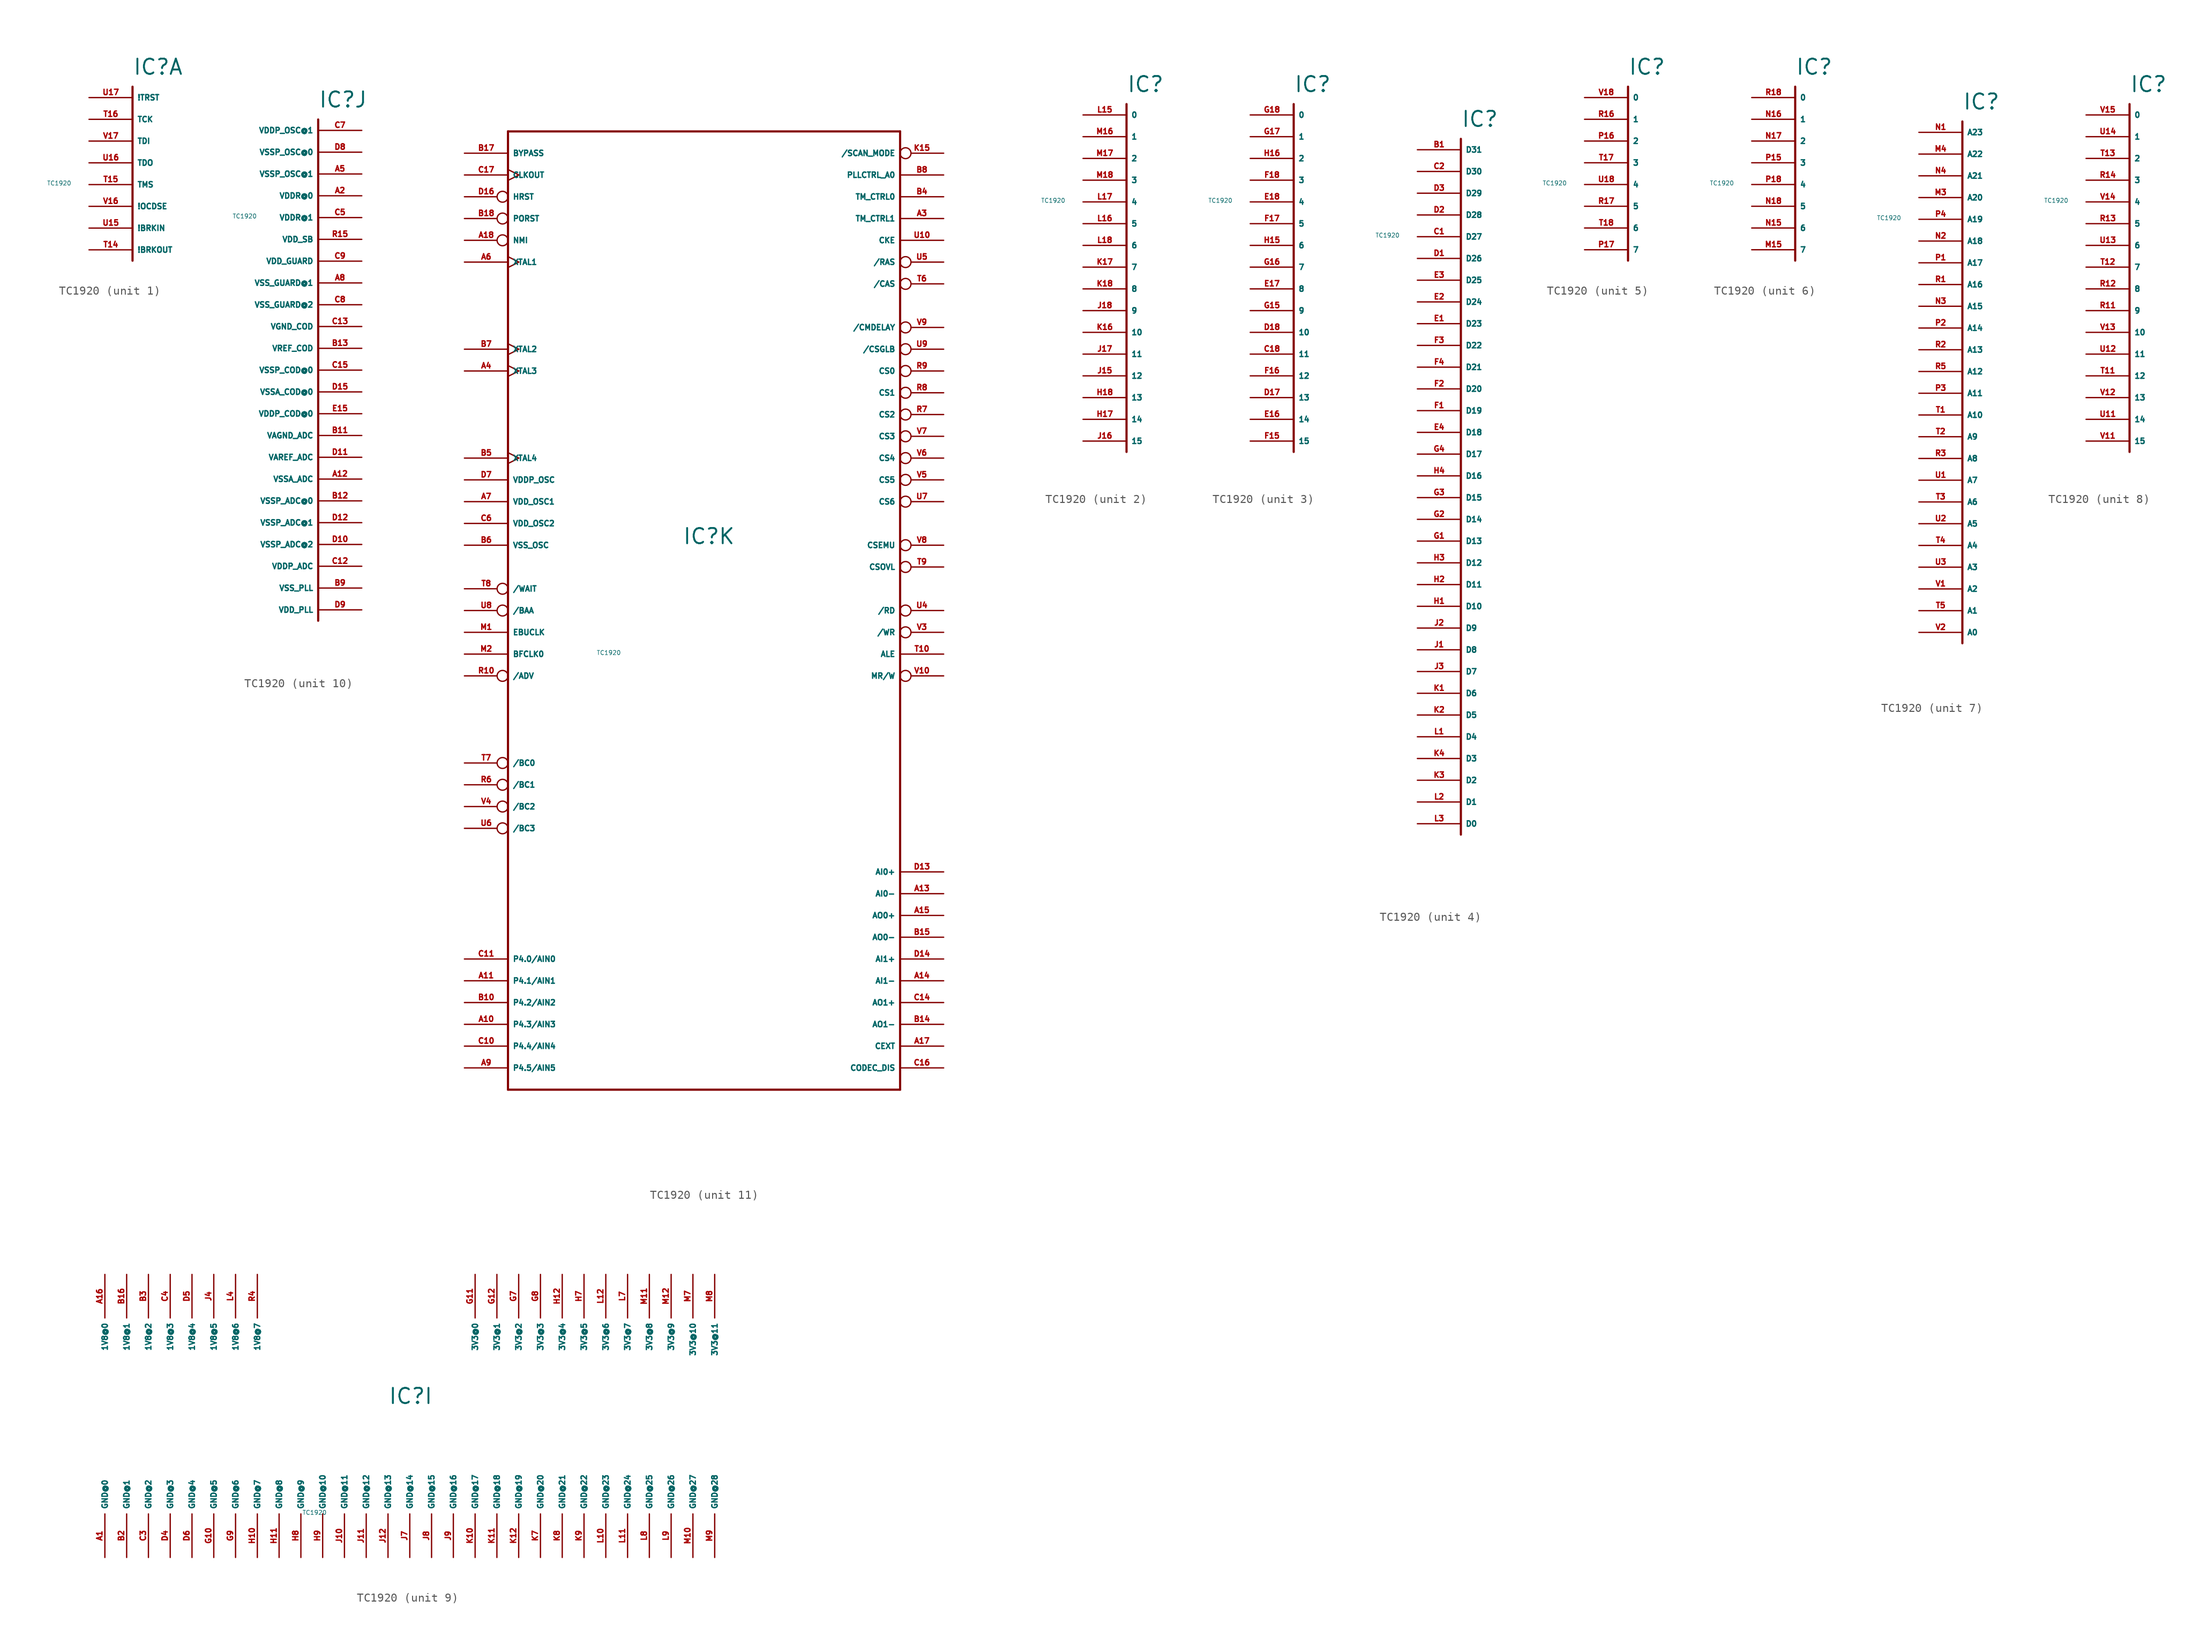
<source format=kicad_sym>
(kicad_symbol_lib
  (version 20220914)
  (generator Eagle2Kicad)
  (symbol "TC1920"
    (property "Reference" "IC"
      (at 0 2.54 0)
      (effects (font (size 1.778 1.778) (thickness 0.22)) (justify left bottom)))
    (property "Value" "TC1920"
      (at -10 -10 0)
      (effects (font (size 0.5 0.5) (thickness 0.06)) (justify left)))
    (symbol "TC1920_1_0"
      (polyline (pts (xy 0 1.27) (xy 0 -19.05)) (stroke (width 0.254) (type default)) (fill (type none)))
      (pin input line (at -5.08 0 0) (length 5.08) (name "!TRST" (effects (font (size 0.635 0.635) (thickness 0.08)) (justify left bottom))) (number "U17" (effects (font (size 0.635 0.635) (thickness 0.08)) (justify left bottom))))
      (pin input line (at -5.08 -2.54 0) (length 5.08) (name "TCK" (effects (font (size 0.635 0.635) (thickness 0.08)) (justify left bottom))) (number "T16" (effects (font (size 0.635 0.635) (thickness 0.08)) (justify left bottom))))
      (pin input line (at -5.08 -5.08 0) (length 5.08) (name "TDI" (effects (font (size 0.635 0.635) (thickness 0.08)) (justify left bottom))) (number "V17" (effects (font (size 0.635 0.635) (thickness 0.08)) (justify left bottom))))
      (pin output line (at -5.08 -7.62 0) (length 5.08) (name "TDO" (effects (font (size 0.635 0.635) (thickness 0.08)) (justify left bottom))) (number "U16" (effects (font (size 0.635 0.635) (thickness 0.08)) (justify left bottom))))
      (pin input line (at -5.08 -10.16 0) (length 5.08) (name "TMS" (effects (font (size 0.635 0.635) (thickness 0.08)) (justify left bottom))) (number "T15" (effects (font (size 0.635 0.635) (thickness 0.08)) (justify left bottom))))
      (pin input line (at -5.08 -12.7 0) (length 5.08) (name "!OCDSE" (effects (font (size 0.635 0.635) (thickness 0.08)) (justify left bottom))) (number "V16" (effects (font (size 0.635 0.635) (thickness 0.08)) (justify left bottom))))
      (pin input line (at -5.08 -15.24 0) (length 5.08) (name "!BRKIN" (effects (font (size 0.635 0.635) (thickness 0.08)) (justify left bottom))) (number "U15" (effects (font (size 0.635 0.635) (thickness 0.08)) (justify left bottom))))
      (pin output line (at -5.08 -17.78 0) (length 5.08) (name "!BRKOUT" (effects (font (size 0.635 0.635) (thickness 0.08)) (justify left bottom))) (number "T14" (effects (font (size 0.635 0.635) (thickness 0.08)) (justify left bottom)))))
    (symbol "TC1920_2_0"
      (polyline (pts (xy 0 1.27) (xy 0 -39.37)) (stroke (width 0.254) (type default)) (fill (type none)))
      (pin input line (at -5.08 0 0) (length 5.08) (name "0" (effects (font (size 0.635 0.635) (thickness 0.08)) (justify left bottom))) (number "L15" (effects (font (size 0.635 0.635) (thickness 0.08)) (justify left bottom))))
      (pin input line (at -5.08 -2.54 0) (length 5.08) (name "1" (effects (font (size 0.635 0.635) (thickness 0.08)) (justify left bottom))) (number "M16" (effects (font (size 0.635 0.635) (thickness 0.08)) (justify left bottom))))
      (pin input line (at -5.08 -5.08 0) (length 5.08) (name "2" (effects (font (size 0.635 0.635) (thickness 0.08)) (justify left bottom))) (number "M17" (effects (font (size 0.635 0.635) (thickness 0.08)) (justify left bottom))))
      (pin input line (at -5.08 -7.62 0) (length 5.08) (name "3" (effects (font (size 0.635 0.635) (thickness 0.08)) (justify left bottom))) (number "M18" (effects (font (size 0.635 0.635) (thickness 0.08)) (justify left bottom))))
      (pin input line (at -5.08 -10.16 0) (length 5.08) (name "4" (effects (font (size 0.635 0.635) (thickness 0.08)) (justify left bottom))) (number "L17" (effects (font (size 0.635 0.635) (thickness 0.08)) (justify left bottom))))
      (pin input line (at -5.08 -12.7 0) (length 5.08) (name "5" (effects (font (size 0.635 0.635) (thickness 0.08)) (justify left bottom))) (number "L16" (effects (font (size 0.635 0.635) (thickness 0.08)) (justify left bottom))))
      (pin input line (at -5.08 -15.24 0) (length 5.08) (name "6" (effects (font (size 0.635 0.635) (thickness 0.08)) (justify left bottom))) (number "L18" (effects (font (size 0.635 0.635) (thickness 0.08)) (justify left bottom))))
      (pin input line (at -5.08 -17.78 0) (length 5.08) (name "7" (effects (font (size 0.635 0.635) (thickness 0.08)) (justify left bottom))) (number "K17" (effects (font (size 0.635 0.635) (thickness 0.08)) (justify left bottom))))
      (pin input line (at -5.08 -20.32 0) (length 5.08) (name "8" (effects (font (size 0.635 0.635) (thickness 0.08)) (justify left bottom))) (number "K18" (effects (font (size 0.635 0.635) (thickness 0.08)) (justify left bottom))))
      (pin input line (at -5.08 -22.86 0) (length 5.08) (name "9" (effects (font (size 0.635 0.635) (thickness 0.08)) (justify left bottom))) (number "J18" (effects (font (size 0.635 0.635) (thickness 0.08)) (justify left bottom))))
      (pin input line (at -5.08 -25.4 0) (length 5.08) (name "10" (effects (font (size 0.635 0.635) (thickness 0.08)) (justify left bottom))) (number "K16" (effects (font (size 0.635 0.635) (thickness 0.08)) (justify left bottom))))
      (pin input line (at -5.08 -27.94 0) (length 5.08) (name "11" (effects (font (size 0.635 0.635) (thickness 0.08)) (justify left bottom))) (number "J17" (effects (font (size 0.635 0.635) (thickness 0.08)) (justify left bottom))))
      (pin input line (at -5.08 -30.48 0) (length 5.08) (name "12" (effects (font (size 0.635 0.635) (thickness 0.08)) (justify left bottom))) (number "J15" (effects (font (size 0.635 0.635) (thickness 0.08)) (justify left bottom))))
      (pin input line (at -5.08 -33.02 0) (length 5.08) (name "13" (effects (font (size 0.635 0.635) (thickness 0.08)) (justify left bottom))) (number "H18" (effects (font (size 0.635 0.635) (thickness 0.08)) (justify left bottom))))
      (pin input line (at -5.08 -35.56 0) (length 5.08) (name "14" (effects (font (size 0.635 0.635) (thickness 0.08)) (justify left bottom))) (number "H17" (effects (font (size 0.635 0.635) (thickness 0.08)) (justify left bottom))))
      (pin input line (at -5.08 -38.1 0) (length 5.08) (name "15" (effects (font (size 0.635 0.635) (thickness 0.08)) (justify left bottom))) (number "J16" (effects (font (size 0.635 0.635) (thickness 0.08)) (justify left bottom)))))
    (symbol "TC1920_3_0"
      (polyline (pts (xy 0 1.27) (xy 0 -39.37)) (stroke (width 0.254) (type default)) (fill (type none)))
      (pin input line (at -5.08 0 0) (length 5.08) (name "0" (effects (font (size 0.635 0.635) (thickness 0.08)) (justify left bottom))) (number "G18" (effects (font (size 0.635 0.635) (thickness 0.08)) (justify left bottom))))
      (pin input line (at -5.08 -2.54 0) (length 5.08) (name "1" (effects (font (size 0.635 0.635) (thickness 0.08)) (justify left bottom))) (number "G17" (effects (font (size 0.635 0.635) (thickness 0.08)) (justify left bottom))))
      (pin input line (at -5.08 -5.08 0) (length 5.08) (name "2" (effects (font (size 0.635 0.635) (thickness 0.08)) (justify left bottom))) (number "H16" (effects (font (size 0.635 0.635) (thickness 0.08)) (justify left bottom))))
      (pin input line (at -5.08 -7.62 0) (length 5.08) (name "3" (effects (font (size 0.635 0.635) (thickness 0.08)) (justify left bottom))) (number "F18" (effects (font (size 0.635 0.635) (thickness 0.08)) (justify left bottom))))
      (pin input line (at -5.08 -10.16 0) (length 5.08) (name "4" (effects (font (size 0.635 0.635) (thickness 0.08)) (justify left bottom))) (number "E18" (effects (font (size 0.635 0.635) (thickness 0.08)) (justify left bottom))))
      (pin input line (at -5.08 -12.7 0) (length 5.08) (name "5" (effects (font (size 0.635 0.635) (thickness 0.08)) (justify left bottom))) (number "F17" (effects (font (size 0.635 0.635) (thickness 0.08)) (justify left bottom))))
      (pin input line (at -5.08 -15.24 0) (length 5.08) (name "6" (effects (font (size 0.635 0.635) (thickness 0.08)) (justify left bottom))) (number "H15" (effects (font (size 0.635 0.635) (thickness 0.08)) (justify left bottom))))
      (pin input line (at -5.08 -17.78 0) (length 5.08) (name "7" (effects (font (size 0.635 0.635) (thickness 0.08)) (justify left bottom))) (number "G16" (effects (font (size 0.635 0.635) (thickness 0.08)) (justify left bottom))))
      (pin input line (at -5.08 -20.32 0) (length 5.08) (name "8" (effects (font (size 0.635 0.635) (thickness 0.08)) (justify left bottom))) (number "E17" (effects (font (size 0.635 0.635) (thickness 0.08)) (justify left bottom))))
      (pin input line (at -5.08 -22.86 0) (length 5.08) (name "9" (effects (font (size 0.635 0.635) (thickness 0.08)) (justify left bottom))) (number "G15" (effects (font (size 0.635 0.635) (thickness 0.08)) (justify left bottom))))
      (pin input line (at -5.08 -25.4 0) (length 5.08) (name "10" (effects (font (size 0.635 0.635) (thickness 0.08)) (justify left bottom))) (number "D18" (effects (font (size 0.635 0.635) (thickness 0.08)) (justify left bottom))))
      (pin input line (at -5.08 -27.94 0) (length 5.08) (name "11" (effects (font (size 0.635 0.635) (thickness 0.08)) (justify left bottom))) (number "C18" (effects (font (size 0.635 0.635) (thickness 0.08)) (justify left bottom))))
      (pin input line (at -5.08 -30.48 0) (length 5.08) (name "12" (effects (font (size 0.635 0.635) (thickness 0.08)) (justify left bottom))) (number "F16" (effects (font (size 0.635 0.635) (thickness 0.08)) (justify left bottom))))
      (pin input line (at -5.08 -33.02 0) (length 5.08) (name "13" (effects (font (size 0.635 0.635) (thickness 0.08)) (justify left bottom))) (number "D17" (effects (font (size 0.635 0.635) (thickness 0.08)) (justify left bottom))))
      (pin input line (at -5.08 -35.56 0) (length 5.08) (name "14" (effects (font (size 0.635 0.635) (thickness 0.08)) (justify left bottom))) (number "E16" (effects (font (size 0.635 0.635) (thickness 0.08)) (justify left bottom))))
      (pin input line (at -5.08 -38.1 0) (length 5.08) (name "15" (effects (font (size 0.635 0.635) (thickness 0.08)) (justify left bottom))) (number "F15" (effects (font (size 0.635 0.635) (thickness 0.08)) (justify left bottom)))))
    (symbol "TC1920_4_0"
      (polyline (pts (xy 0 1.27) (xy 0 -80.01)) (stroke (width 0.254) (type default)) (fill (type none)))
      (pin bidirectional line (at -5.08 -78.74 0) (length 5.08) (name "D0" (effects (font (size 0.635 0.635) (thickness 0.08)) (justify left bottom))) (number "L3" (effects (font (size 0.635 0.635) (thickness 0.08)) (justify left bottom))))
      (pin bidirectional line (at -5.08 -76.2 0) (length 5.08) (name "D1" (effects (font (size 0.635 0.635) (thickness 0.08)) (justify left bottom))) (number "L2" (effects (font (size 0.635 0.635) (thickness 0.08)) (justify left bottom))))
      (pin bidirectional line (at -5.08 -73.66 0) (length 5.08) (name "D2" (effects (font (size 0.635 0.635) (thickness 0.08)) (justify left bottom))) (number "K3" (effects (font (size 0.635 0.635) (thickness 0.08)) (justify left bottom))))
      (pin bidirectional line (at -5.08 -71.12 0) (length 5.08) (name "D3" (effects (font (size 0.635 0.635) (thickness 0.08)) (justify left bottom))) (number "K4" (effects (font (size 0.635 0.635) (thickness 0.08)) (justify left bottom))))
      (pin bidirectional line (at -5.08 -68.58 0) (length 5.08) (name "D4" (effects (font (size 0.635 0.635) (thickness 0.08)) (justify left bottom))) (number "L1" (effects (font (size 0.635 0.635) (thickness 0.08)) (justify left bottom))))
      (pin bidirectional line (at -5.08 -66.04 0) (length 5.08) (name "D5" (effects (font (size 0.635 0.635) (thickness 0.08)) (justify left bottom))) (number "K2" (effects (font (size 0.635 0.635) (thickness 0.08)) (justify left bottom))))
      (pin bidirectional line (at -5.08 -63.5 0) (length 5.08) (name "D6" (effects (font (size 0.635 0.635) (thickness 0.08)) (justify left bottom))) (number "K1" (effects (font (size 0.635 0.635) (thickness 0.08)) (justify left bottom))))
      (pin bidirectional line (at -5.08 -60.96 0) (length 5.08) (name "D7" (effects (font (size 0.635 0.635) (thickness 0.08)) (justify left bottom))) (number "J3" (effects (font (size 0.635 0.635) (thickness 0.08)) (justify left bottom))))
      (pin bidirectional line (at -5.08 -58.42 0) (length 5.08) (name "D8" (effects (font (size 0.635 0.635) (thickness 0.08)) (justify left bottom))) (number "J1" (effects (font (size 0.635 0.635) (thickness 0.08)) (justify left bottom))))
      (pin bidirectional line (at -5.08 -55.88 0) (length 5.08) (name "D9" (effects (font (size 0.635 0.635) (thickness 0.08)) (justify left bottom))) (number "J2" (effects (font (size 0.635 0.635) (thickness 0.08)) (justify left bottom))))
      (pin bidirectional line (at -5.08 -53.34 0) (length 5.08) (name "D10" (effects (font (size 0.635 0.635) (thickness 0.08)) (justify left bottom))) (number "H1" (effects (font (size 0.635 0.635) (thickness 0.08)) (justify left bottom))))
      (pin bidirectional line (at -5.08 -50.8 0) (length 5.08) (name "D11" (effects (font (size 0.635 0.635) (thickness 0.08)) (justify left bottom))) (number "H2" (effects (font (size 0.635 0.635) (thickness 0.08)) (justify left bottom))))
      (pin bidirectional line (at -5.08 -48.26 0) (length 5.08) (name "D12" (effects (font (size 0.635 0.635) (thickness 0.08)) (justify left bottom))) (number "H3" (effects (font (size 0.635 0.635) (thickness 0.08)) (justify left bottom))))
      (pin bidirectional line (at -5.08 -45.72 0) (length 5.08) (name "D13" (effects (font (size 0.635 0.635) (thickness 0.08)) (justify left bottom))) (number "G1" (effects (font (size 0.635 0.635) (thickness 0.08)) (justify left bottom))))
      (pin bidirectional line (at -5.08 -43.18 0) (length 5.08) (name "D14" (effects (font (size 0.635 0.635) (thickness 0.08)) (justify left bottom))) (number "G2" (effects (font (size 0.635 0.635) (thickness 0.08)) (justify left bottom))))
      (pin bidirectional line (at -5.08 -40.64 0) (length 5.08) (name "D15" (effects (font (size 0.635 0.635) (thickness 0.08)) (justify left bottom))) (number "G3" (effects (font (size 0.635 0.635) (thickness 0.08)) (justify left bottom))))
      (pin bidirectional line (at -5.08 -38.1 0) (length 5.08) (name "D16" (effects (font (size 0.635 0.635) (thickness 0.08)) (justify left bottom))) (number "H4" (effects (font (size 0.635 0.635) (thickness 0.08)) (justify left bottom))))
      (pin bidirectional line (at -5.08 -35.56 0) (length 5.08) (name "D17" (effects (font (size 0.635 0.635) (thickness 0.08)) (justify left bottom))) (number "G4" (effects (font (size 0.635 0.635) (thickness 0.08)) (justify left bottom))))
      (pin bidirectional line (at -5.08 -33.02 0) (length 5.08) (name "D18" (effects (font (size 0.635 0.635) (thickness 0.08)) (justify left bottom))) (number "E4" (effects (font (size 0.635 0.635) (thickness 0.08)) (justify left bottom))))
      (pin bidirectional line (at -5.08 -30.48 0) (length 5.08) (name "D19" (effects (font (size 0.635 0.635) (thickness 0.08)) (justify left bottom))) (number "F1" (effects (font (size 0.635 0.635) (thickness 0.08)) (justify left bottom))))
      (pin bidirectional line (at -5.08 -27.94 0) (length 5.08) (name "D20" (effects (font (size 0.635 0.635) (thickness 0.08)) (justify left bottom))) (number "F2" (effects (font (size 0.635 0.635) (thickness 0.08)) (justify left bottom))))
      (pin bidirectional line (at -5.08 -25.4 0) (length 5.08) (name "D21" (effects (font (size 0.635 0.635) (thickness 0.08)) (justify left bottom))) (number "F4" (effects (font (size 0.635 0.635) (thickness 0.08)) (justify left bottom))))
      (pin bidirectional line (at -5.08 -22.86 0) (length 5.08) (name "D22" (effects (font (size 0.635 0.635) (thickness 0.08)) (justify left bottom))) (number "F3" (effects (font (size 0.635 0.635) (thickness 0.08)) (justify left bottom))))
      (pin bidirectional line (at -5.08 -20.32 0) (length 5.08) (name "D23" (effects (font (size 0.635 0.635) (thickness 0.08)) (justify left bottom))) (number "E1" (effects (font (size 0.635 0.635) (thickness 0.08)) (justify left bottom))))
      (pin bidirectional line (at -5.08 -17.78 0) (length 5.08) (name "D24" (effects (font (size 0.635 0.635) (thickness 0.08)) (justify left bottom))) (number "E2" (effects (font (size 0.635 0.635) (thickness 0.08)) (justify left bottom))))
      (pin bidirectional line (at -5.08 -15.24 0) (length 5.08) (name "D25" (effects (font (size 0.635 0.635) (thickness 0.08)) (justify left bottom))) (number "E3" (effects (font (size 0.635 0.635) (thickness 0.08)) (justify left bottom))))
      (pin bidirectional line (at -5.08 -12.7 0) (length 5.08) (name "D26" (effects (font (size 0.635 0.635) (thickness 0.08)) (justify left bottom))) (number "D1" (effects (font (size 0.635 0.635) (thickness 0.08)) (justify left bottom))))
      (pin bidirectional line (at -5.08 -10.16 0) (length 5.08) (name "D27" (effects (font (size 0.635 0.635) (thickness 0.08)) (justify left bottom))) (number "C1" (effects (font (size 0.635 0.635) (thickness 0.08)) (justify left bottom))))
      (pin bidirectional line (at -5.08 -7.62 0) (length 5.08) (name "D28" (effects (font (size 0.635 0.635) (thickness 0.08)) (justify left bottom))) (number "D2" (effects (font (size 0.635 0.635) (thickness 0.08)) (justify left bottom))))
      (pin bidirectional line (at -5.08 -5.08 0) (length 5.08) (name "D29" (effects (font (size 0.635 0.635) (thickness 0.08)) (justify left bottom))) (number "D3" (effects (font (size 0.635 0.635) (thickness 0.08)) (justify left bottom))))
      (pin bidirectional line (at -5.08 -2.54 0) (length 5.08) (name "D30" (effects (font (size 0.635 0.635) (thickness 0.08)) (justify left bottom))) (number "C2" (effects (font (size 0.635 0.635) (thickness 0.08)) (justify left bottom))))
      (pin bidirectional line (at -5.08 0 0) (length 5.08) (name "D31" (effects (font (size 0.635 0.635) (thickness 0.08)) (justify left bottom))) (number "B1" (effects (font (size 0.635 0.635) (thickness 0.08)) (justify left bottom)))))
    (symbol "TC1920_5_0"
      (polyline (pts (xy 0 1.27) (xy 0 -19.05)) (stroke (width 0.254) (type default)) (fill (type none)))
      (pin input line (at -5.08 0 0) (length 5.08) (name "0" (effects (font (size 0.635 0.635) (thickness 0.08)) (justify left bottom))) (number "V18" (effects (font (size 0.635 0.635) (thickness 0.08)) (justify left bottom))))
      (pin input line (at -5.08 -2.54 0) (length 5.08) (name "1" (effects (font (size 0.635 0.635) (thickness 0.08)) (justify left bottom))) (number "R16" (effects (font (size 0.635 0.635) (thickness 0.08)) (justify left bottom))))
      (pin input line (at -5.08 -5.08 0) (length 5.08) (name "2" (effects (font (size 0.635 0.635) (thickness 0.08)) (justify left bottom))) (number "P16" (effects (font (size 0.635 0.635) (thickness 0.08)) (justify left bottom))))
      (pin input line (at -5.08 -7.62 0) (length 5.08) (name "3" (effects (font (size 0.635 0.635) (thickness 0.08)) (justify left bottom))) (number "T17" (effects (font (size 0.635 0.635) (thickness 0.08)) (justify left bottom))))
      (pin input line (at -5.08 -10.16 0) (length 5.08) (name "4" (effects (font (size 0.635 0.635) (thickness 0.08)) (justify left bottom))) (number "U18" (effects (font (size 0.635 0.635) (thickness 0.08)) (justify left bottom))))
      (pin input line (at -5.08 -12.7 0) (length 5.08) (name "5" (effects (font (size 0.635 0.635) (thickness 0.08)) (justify left bottom))) (number "R17" (effects (font (size 0.635 0.635) (thickness 0.08)) (justify left bottom))))
      (pin input line (at -5.08 -15.24 0) (length 5.08) (name "6" (effects (font (size 0.635 0.635) (thickness 0.08)) (justify left bottom))) (number "T18" (effects (font (size 0.635 0.635) (thickness 0.08)) (justify left bottom))))
      (pin input line (at -5.08 -17.78 0) (length 5.08) (name "7" (effects (font (size 0.635 0.635) (thickness 0.08)) (justify left bottom))) (number "P17" (effects (font (size 0.635 0.635) (thickness 0.08)) (justify left bottom)))))
    (symbol "TC1920_6_0"
      (polyline (pts (xy 0 1.27) (xy 0 -19.05)) (stroke (width 0.254) (type default)) (fill (type none)))
      (pin input line (at -5.08 0 0) (length 5.08) (name "0" (effects (font (size 0.635 0.635) (thickness 0.08)) (justify left bottom))) (number "R18" (effects (font (size 0.635 0.635) (thickness 0.08)) (justify left bottom))))
      (pin input line (at -5.08 -2.54 0) (length 5.08) (name "1" (effects (font (size 0.635 0.635) (thickness 0.08)) (justify left bottom))) (number "N16" (effects (font (size 0.635 0.635) (thickness 0.08)) (justify left bottom))))
      (pin input line (at -5.08 -5.08 0) (length 5.08) (name "2" (effects (font (size 0.635 0.635) (thickness 0.08)) (justify left bottom))) (number "N17" (effects (font (size 0.635 0.635) (thickness 0.08)) (justify left bottom))))
      (pin input line (at -5.08 -7.62 0) (length 5.08) (name "3" (effects (font (size 0.635 0.635) (thickness 0.08)) (justify left bottom))) (number "P15" (effects (font (size 0.635 0.635) (thickness 0.08)) (justify left bottom))))
      (pin input line (at -5.08 -10.16 0) (length 5.08) (name "4" (effects (font (size 0.635 0.635) (thickness 0.08)) (justify left bottom))) (number "P18" (effects (font (size 0.635 0.635) (thickness 0.08)) (justify left bottom))))
      (pin input line (at -5.08 -12.7 0) (length 5.08) (name "5" (effects (font (size 0.635 0.635) (thickness 0.08)) (justify left bottom))) (number "N18" (effects (font (size 0.635 0.635) (thickness 0.08)) (justify left bottom))))
      (pin input line (at -5.08 -15.24 0) (length 5.08) (name "6" (effects (font (size 0.635 0.635) (thickness 0.08)) (justify left bottom))) (number "N15" (effects (font (size 0.635 0.635) (thickness 0.08)) (justify left bottom))))
      (pin input line (at -5.08 -17.78 0) (length 5.08) (name "7" (effects (font (size 0.635 0.635) (thickness 0.08)) (justify left bottom))) (number "M15" (effects (font (size 0.635 0.635) (thickness 0.08)) (justify left bottom)))))
    (symbol "TC1920_7_0"
      (polyline (pts (xy 0 1.27) (xy 0 -59.69)) (stroke (width 0.254) (type default)) (fill (type none)))
      (pin output line (at -5.08 -58.42 0) (length 5.08) (name "A0" (effects (font (size 0.635 0.635) (thickness 0.08)) (justify left bottom))) (number "V2" (effects (font (size 0.635 0.635) (thickness 0.08)) (justify left bottom))))
      (pin output line (at -5.08 -55.88 0) (length 5.08) (name "A1" (effects (font (size 0.635 0.635) (thickness 0.08)) (justify left bottom))) (number "T5" (effects (font (size 0.635 0.635) (thickness 0.08)) (justify left bottom))))
      (pin output line (at -5.08 -53.34 0) (length 5.08) (name "A2" (effects (font (size 0.635 0.635) (thickness 0.08)) (justify left bottom))) (number "V1" (effects (font (size 0.635 0.635) (thickness 0.08)) (justify left bottom))))
      (pin output line (at -5.08 -50.8 0) (length 5.08) (name "A3" (effects (font (size 0.635 0.635) (thickness 0.08)) (justify left bottom))) (number "U3" (effects (font (size 0.635 0.635) (thickness 0.08)) (justify left bottom))))
      (pin output line (at -5.08 -48.26 0) (length 5.08) (name "A4" (effects (font (size 0.635 0.635) (thickness 0.08)) (justify left bottom))) (number "T4" (effects (font (size 0.635 0.635) (thickness 0.08)) (justify left bottom))))
      (pin output line (at -5.08 -45.72 0) (length 5.08) (name "A5" (effects (font (size 0.635 0.635) (thickness 0.08)) (justify left bottom))) (number "U2" (effects (font (size 0.635 0.635) (thickness 0.08)) (justify left bottom))))
      (pin output line (at -5.08 -43.18 0) (length 5.08) (name "A6" (effects (font (size 0.635 0.635) (thickness 0.08)) (justify left bottom))) (number "T3" (effects (font (size 0.635 0.635) (thickness 0.08)) (justify left bottom))))
      (pin output line (at -5.08 -40.64 0) (length 5.08) (name "A7" (effects (font (size 0.635 0.635) (thickness 0.08)) (justify left bottom))) (number "U1" (effects (font (size 0.635 0.635) (thickness 0.08)) (justify left bottom))))
      (pin output line (at -5.08 -38.1 0) (length 5.08) (name "A8" (effects (font (size 0.635 0.635) (thickness 0.08)) (justify left bottom))) (number "R3" (effects (font (size 0.635 0.635) (thickness 0.08)) (justify left bottom))))
      (pin output line (at -5.08 -35.56 0) (length 5.08) (name "A9" (effects (font (size 0.635 0.635) (thickness 0.08)) (justify left bottom))) (number "T2" (effects (font (size 0.635 0.635) (thickness 0.08)) (justify left bottom))))
      (pin output line (at -5.08 -33.02 0) (length 5.08) (name "A10" (effects (font (size 0.635 0.635) (thickness 0.08)) (justify left bottom))) (number "T1" (effects (font (size 0.635 0.635) (thickness 0.08)) (justify left bottom))))
      (pin output line (at -5.08 -30.48 0) (length 5.08) (name "A11" (effects (font (size 0.635 0.635) (thickness 0.08)) (justify left bottom))) (number "P3" (effects (font (size 0.635 0.635) (thickness 0.08)) (justify left bottom))))
      (pin output line (at -5.08 -27.94 0) (length 5.08) (name "A12" (effects (font (size 0.635 0.635) (thickness 0.08)) (justify left bottom))) (number "R5" (effects (font (size 0.635 0.635) (thickness 0.08)) (justify left bottom))))
      (pin output line (at -5.08 -25.4 0) (length 5.08) (name "A13" (effects (font (size 0.635 0.635) (thickness 0.08)) (justify left bottom))) (number "R2" (effects (font (size 0.635 0.635) (thickness 0.08)) (justify left bottom))))
      (pin output line (at -5.08 -22.86 0) (length 5.08) (name "A14" (effects (font (size 0.635 0.635) (thickness 0.08)) (justify left bottom))) (number "P2" (effects (font (size 0.635 0.635) (thickness 0.08)) (justify left bottom))))
      (pin output line (at -5.08 -20.32 0) (length 5.08) (name "A15" (effects (font (size 0.635 0.635) (thickness 0.08)) (justify left bottom))) (number "N3" (effects (font (size 0.635 0.635) (thickness 0.08)) (justify left bottom))))
      (pin output line (at -5.08 -17.78 0) (length 5.08) (name "A16" (effects (font (size 0.635 0.635) (thickness 0.08)) (justify left bottom))) (number "R1" (effects (font (size 0.635 0.635) (thickness 0.08)) (justify left bottom))))
      (pin output line (at -5.08 -15.24 0) (length 5.08) (name "A17" (effects (font (size 0.635 0.635) (thickness 0.08)) (justify left bottom))) (number "P1" (effects (font (size 0.635 0.635) (thickness 0.08)) (justify left bottom))))
      (pin output line (at -5.08 -12.7 0) (length 5.08) (name "A18" (effects (font (size 0.635 0.635) (thickness 0.08)) (justify left bottom))) (number "N2" (effects (font (size 0.635 0.635) (thickness 0.08)) (justify left bottom))))
      (pin output line (at -5.08 -10.16 0) (length 5.08) (name "A19" (effects (font (size 0.635 0.635) (thickness 0.08)) (justify left bottom))) (number "P4" (effects (font (size 0.635 0.635) (thickness 0.08)) (justify left bottom))))
      (pin output line (at -5.08 -7.62 0) (length 5.08) (name "A20" (effects (font (size 0.635 0.635) (thickness 0.08)) (justify left bottom))) (number "M3" (effects (font (size 0.635 0.635) (thickness 0.08)) (justify left bottom))))
      (pin output line (at -5.08 -5.08 0) (length 5.08) (name "A21" (effects (font (size 0.635 0.635) (thickness 0.08)) (justify left bottom))) (number "N4" (effects (font (size 0.635 0.635) (thickness 0.08)) (justify left bottom))))
      (pin output line (at -5.08 -2.54 0) (length 5.08) (name "A22" (effects (font (size 0.635 0.635) (thickness 0.08)) (justify left bottom))) (number "M4" (effects (font (size 0.635 0.635) (thickness 0.08)) (justify left bottom))))
      (pin output line (at -5.08 0 0) (length 5.08) (name "A23" (effects (font (size 0.635 0.635) (thickness 0.08)) (justify left bottom))) (number "N1" (effects (font (size 0.635 0.635) (thickness 0.08)) (justify left bottom)))))
    (symbol "TC1920_8_0"
      (polyline (pts (xy 0 1.27) (xy 0 -39.37)) (stroke (width 0.254) (type default)) (fill (type none)))
      (pin input line (at -5.08 0 0) (length 5.08) (name "0" (effects (font (size 0.635 0.635) (thickness 0.08)) (justify left bottom))) (number "V15" (effects (font (size 0.635 0.635) (thickness 0.08)) (justify left bottom))))
      (pin input line (at -5.08 -2.54 0) (length 5.08) (name "1" (effects (font (size 0.635 0.635) (thickness 0.08)) (justify left bottom))) (number "U14" (effects (font (size 0.635 0.635) (thickness 0.08)) (justify left bottom))))
      (pin input line (at -5.08 -5.08 0) (length 5.08) (name "2" (effects (font (size 0.635 0.635) (thickness 0.08)) (justify left bottom))) (number "T13" (effects (font (size 0.635 0.635) (thickness 0.08)) (justify left bottom))))
      (pin input line (at -5.08 -7.62 0) (length 5.08) (name "3" (effects (font (size 0.635 0.635) (thickness 0.08)) (justify left bottom))) (number "R14" (effects (font (size 0.635 0.635) (thickness 0.08)) (justify left bottom))))
      (pin input line (at -5.08 -10.16 0) (length 5.08) (name "4" (effects (font (size 0.635 0.635) (thickness 0.08)) (justify left bottom))) (number "V14" (effects (font (size 0.635 0.635) (thickness 0.08)) (justify left bottom))))
      (pin input line (at -5.08 -12.7 0) (length 5.08) (name "5" (effects (font (size 0.635 0.635) (thickness 0.08)) (justify left bottom))) (number "R13" (effects (font (size 0.635 0.635) (thickness 0.08)) (justify left bottom))))
      (pin input line (at -5.08 -15.24 0) (length 5.08) (name "6" (effects (font (size 0.635 0.635) (thickness 0.08)) (justify left bottom))) (number "U13" (effects (font (size 0.635 0.635) (thickness 0.08)) (justify left bottom))))
      (pin input line (at -5.08 -17.78 0) (length 5.08) (name "7" (effects (font (size 0.635 0.635) (thickness 0.08)) (justify left bottom))) (number "T12" (effects (font (size 0.635 0.635) (thickness 0.08)) (justify left bottom))))
      (pin input line (at -5.08 -20.32 0) (length 5.08) (name "8" (effects (font (size 0.635 0.635) (thickness 0.08)) (justify left bottom))) (number "R12" (effects (font (size 0.635 0.635) (thickness 0.08)) (justify left bottom))))
      (pin input line (at -5.08 -22.86 0) (length 5.08) (name "9" (effects (font (size 0.635 0.635) (thickness 0.08)) (justify left bottom))) (number "R11" (effects (font (size 0.635 0.635) (thickness 0.08)) (justify left bottom))))
      (pin input line (at -5.08 -25.4 0) (length 5.08) (name "10" (effects (font (size 0.635 0.635) (thickness 0.08)) (justify left bottom))) (number "V13" (effects (font (size 0.635 0.635) (thickness 0.08)) (justify left bottom))))
      (pin input line (at -5.08 -27.94 0) (length 5.08) (name "11" (effects (font (size 0.635 0.635) (thickness 0.08)) (justify left bottom))) (number "U12" (effects (font (size 0.635 0.635) (thickness 0.08)) (justify left bottom))))
      (pin input line (at -5.08 -30.48 0) (length 5.08) (name "12" (effects (font (size 0.635 0.635) (thickness 0.08)) (justify left bottom))) (number "T11" (effects (font (size 0.635 0.635) (thickness 0.08)) (justify left bottom))))
      (pin input line (at -5.08 -33.02 0) (length 5.08) (name "13" (effects (font (size 0.635 0.635) (thickness 0.08)) (justify left bottom))) (number "V12" (effects (font (size 0.635 0.635) (thickness 0.08)) (justify left bottom))))
      (pin input line (at -5.08 -35.56 0) (length 5.08) (name "14" (effects (font (size 0.635 0.635) (thickness 0.08)) (justify left bottom))) (number "U11" (effects (font (size 0.635 0.635) (thickness 0.08)) (justify left bottom))))
      (pin input line (at -5.08 -38.1 0) (length 5.08) (name "15" (effects (font (size 0.635 0.635) (thickness 0.08)) (justify left bottom))) (number "V11" (effects (font (size 0.635 0.635) (thickness 0.08)) (justify left bottom)))))
    (symbol "TC1920_9_0"
      (pin unspecified line (at -33.02 17.78 270) (length 5.08) (name "1V8@0" (effects (font (size 0.635 0.635) (thickness 0.08)) (justify left bottom))) (number "A16" (effects (font (size 0.635 0.635) (thickness 0.08)) (justify left bottom))))
      (pin unspecified line (at -30.48 17.78 270) (length 5.08) (name "1V8@1" (effects (font (size 0.635 0.635) (thickness 0.08)) (justify left bottom))) (number "B16" (effects (font (size 0.635 0.635) (thickness 0.08)) (justify left bottom))))
      (pin unspecified line (at -27.94 17.78 270) (length 5.08) (name "1V8@2" (effects (font (size 0.635 0.635) (thickness 0.08)) (justify left bottom))) (number "B3" (effects (font (size 0.635 0.635) (thickness 0.08)) (justify left bottom))))
      (pin unspecified line (at -25.4 17.78 270) (length 5.08) (name "1V8@3" (effects (font (size 0.635 0.635) (thickness 0.08)) (justify left bottom))) (number "C4" (effects (font (size 0.635 0.635) (thickness 0.08)) (justify left bottom))))
      (pin unspecified line (at -22.86 17.78 270) (length 5.08) (name "1V8@4" (effects (font (size 0.635 0.635) (thickness 0.08)) (justify left bottom))) (number "D5" (effects (font (size 0.635 0.635) (thickness 0.08)) (justify left bottom))))
      (pin unspecified line (at -20.32 17.78 270) (length 5.08) (name "1V8@5" (effects (font (size 0.635 0.635) (thickness 0.08)) (justify left bottom))) (number "J4" (effects (font (size 0.635 0.635) (thickness 0.08)) (justify left bottom))))
      (pin unspecified line (at -17.78 17.78 270) (length 5.08) (name "1V8@6" (effects (font (size 0.635 0.635) (thickness 0.08)) (justify left bottom))) (number "L4" (effects (font (size 0.635 0.635) (thickness 0.08)) (justify left bottom))))
      (pin unspecified line (at -15.24 17.78 270) (length 5.08) (name "1V8@7" (effects (font (size 0.635 0.635) (thickness 0.08)) (justify left bottom))) (number "R4" (effects (font (size 0.635 0.635) (thickness 0.08)) (justify left bottom))))
      (pin unspecified line (at 10.16 17.78 270) (length 5.08) (name "3V3@0" (effects (font (size 0.635 0.635) (thickness 0.08)) (justify left bottom))) (number "G11" (effects (font (size 0.635 0.635) (thickness 0.08)) (justify left bottom))))
      (pin unspecified line (at 12.7 17.78 270) (length 5.08) (name "3V3@1" (effects (font (size 0.635 0.635) (thickness 0.08)) (justify left bottom))) (number "G12" (effects (font (size 0.635 0.635) (thickness 0.08)) (justify left bottom))))
      (pin unspecified line (at 15.24 17.78 270) (length 5.08) (name "3V3@2" (effects (font (size 0.635 0.635) (thickness 0.08)) (justify left bottom))) (number "G7" (effects (font (size 0.635 0.635) (thickness 0.08)) (justify left bottom))))
      (pin unspecified line (at 17.78 17.78 270) (length 5.08) (name "3V3@3" (effects (font (size 0.635 0.635) (thickness 0.08)) (justify left bottom))) (number "G8" (effects (font (size 0.635 0.635) (thickness 0.08)) (justify left bottom))))
      (pin unspecified line (at 20.32 17.78 270) (length 5.08) (name "3V3@4" (effects (font (size 0.635 0.635) (thickness 0.08)) (justify left bottom))) (number "H12" (effects (font (size 0.635 0.635) (thickness 0.08)) (justify left bottom))))
      (pin unspecified line (at 22.86 17.78 270) (length 5.08) (name "3V3@5" (effects (font (size 0.635 0.635) (thickness 0.08)) (justify left bottom))) (number "H7" (effects (font (size 0.635 0.635) (thickness 0.08)) (justify left bottom))))
      (pin unspecified line (at 25.4 17.78 270) (length 5.08) (name "3V3@6" (effects (font (size 0.635 0.635) (thickness 0.08)) (justify left bottom))) (number "L12" (effects (font (size 0.635 0.635) (thickness 0.08)) (justify left bottom))))
      (pin unspecified line (at 27.94 17.78 270) (length 5.08) (name "3V3@7" (effects (font (size 0.635 0.635) (thickness 0.08)) (justify left bottom))) (number "L7" (effects (font (size 0.635 0.635) (thickness 0.08)) (justify left bottom))))
      (pin unspecified line (at 30.48 17.78 270) (length 5.08) (name "3V3@8" (effects (font (size 0.635 0.635) (thickness 0.08)) (justify left bottom))) (number "M11" (effects (font (size 0.635 0.635) (thickness 0.08)) (justify left bottom))))
      (pin unspecified line (at 33.02 17.78 270) (length 5.08) (name "3V3@9" (effects (font (size 0.635 0.635) (thickness 0.08)) (justify left bottom))) (number "M12" (effects (font (size 0.635 0.635) (thickness 0.08)) (justify left bottom))))
      (pin unspecified line (at 35.56 17.78 270) (length 5.08) (name "3V3@10" (effects (font (size 0.635 0.635) (thickness 0.08)) (justify left bottom))) (number "M7" (effects (font (size 0.635 0.635) (thickness 0.08)) (justify left bottom))))
      (pin unspecified line (at 38.1 17.78 270) (length 5.08) (name "3V3@11" (effects (font (size 0.635 0.635) (thickness 0.08)) (justify left bottom))) (number "M8" (effects (font (size 0.635 0.635) (thickness 0.08)) (justify left bottom))))
      (pin unspecified line (at -33.02 -15.24 90) (length 5.08) (name "GND@0" (effects (font (size 0.635 0.635) (thickness 0.08)) (justify left bottom))) (number "A1" (effects (font (size 0.635 0.635) (thickness 0.08)) (justify left bottom))))
      (pin unspecified line (at -30.48 -15.24 90) (length 5.08) (name "GND@1" (effects (font (size 0.635 0.635) (thickness 0.08)) (justify left bottom))) (number "B2" (effects (font (size 0.635 0.635) (thickness 0.08)) (justify left bottom))))
      (pin unspecified line (at -27.94 -15.24 90) (length 5.08) (name "GND@2" (effects (font (size 0.635 0.635) (thickness 0.08)) (justify left bottom))) (number "C3" (effects (font (size 0.635 0.635) (thickness 0.08)) (justify left bottom))))
      (pin unspecified line (at -25.4 -15.24 90) (length 5.08) (name "GND@3" (effects (font (size 0.635 0.635) (thickness 0.08)) (justify left bottom))) (number "D4" (effects (font (size 0.635 0.635) (thickness 0.08)) (justify left bottom))))
      (pin unspecified line (at -22.86 -15.24 90) (length 5.08) (name "GND@4" (effects (font (size 0.635 0.635) (thickness 0.08)) (justify left bottom))) (number "D6" (effects (font (size 0.635 0.635) (thickness 0.08)) (justify left bottom))))
      (pin unspecified line (at -20.32 -15.24 90) (length 5.08) (name "GND@5" (effects (font (size 0.635 0.635) (thickness 0.08)) (justify left bottom))) (number "G10" (effects (font (size 0.635 0.635) (thickness 0.08)) (justify left bottom))))
      (pin unspecified line (at -17.78 -15.24 90) (length 5.08) (name "GND@6" (effects (font (size 0.635 0.635) (thickness 0.08)) (justify left bottom))) (number "G9" (effects (font (size 0.635 0.635) (thickness 0.08)) (justify left bottom))))
      (pin unspecified line (at -15.24 -15.24 90) (length 5.08) (name "GND@7" (effects (font (size 0.635 0.635) (thickness 0.08)) (justify left bottom))) (number "H10" (effects (font (size 0.635 0.635) (thickness 0.08)) (justify left bottom))))
      (pin unspecified line (at -12.7 -15.24 90) (length 5.08) (name "GND@8" (effects (font (size 0.635 0.635) (thickness 0.08)) (justify left bottom))) (number "H11" (effects (font (size 0.635 0.635) (thickness 0.08)) (justify left bottom))))
      (pin unspecified line (at -10.16 -15.24 90) (length 5.08) (name "GND@9" (effects (font (size 0.635 0.635) (thickness 0.08)) (justify left bottom))) (number "H8" (effects (font (size 0.635 0.635) (thickness 0.08)) (justify left bottom))))
      (pin unspecified line (at -7.62 -15.24 90) (length 5.08) (name "GND@10" (effects (font (size 0.635 0.635) (thickness 0.08)) (justify left bottom))) (number "H9" (effects (font (size 0.635 0.635) (thickness 0.08)) (justify left bottom))))
      (pin unspecified line (at -5.08 -15.24 90) (length 5.08) (name "GND@11" (effects (font (size 0.635 0.635) (thickness 0.08)) (justify left bottom))) (number "J10" (effects (font (size 0.635 0.635) (thickness 0.08)) (justify left bottom))))
      (pin unspecified line (at -2.54 -15.24 90) (length 5.08) (name "GND@12" (effects (font (size 0.635 0.635) (thickness 0.08)) (justify left bottom))) (number "J11" (effects (font (size 0.635 0.635) (thickness 0.08)) (justify left bottom))))
      (pin unspecified line (at 0 -15.24 90) (length 5.08) (name "GND@13" (effects (font (size 0.635 0.635) (thickness 0.08)) (justify left bottom))) (number "J12" (effects (font (size 0.635 0.635) (thickness 0.08)) (justify left bottom))))
      (pin unspecified line (at 2.54 -15.24 90) (length 5.08) (name "GND@14" (effects (font (size 0.635 0.635) (thickness 0.08)) (justify left bottom))) (number "J7" (effects (font (size 0.635 0.635) (thickness 0.08)) (justify left bottom))))
      (pin unspecified line (at 5.08 -15.24 90) (length 5.08) (name "GND@15" (effects (font (size 0.635 0.635) (thickness 0.08)) (justify left bottom))) (number "J8" (effects (font (size 0.635 0.635) (thickness 0.08)) (justify left bottom))))
      (pin unspecified line (at 7.62 -15.24 90) (length 5.08) (name "GND@16" (effects (font (size 0.635 0.635) (thickness 0.08)) (justify left bottom))) (number "J9" (effects (font (size 0.635 0.635) (thickness 0.08)) (justify left bottom))))
      (pin unspecified line (at 10.16 -15.24 90) (length 5.08) (name "GND@17" (effects (font (size 0.635 0.635) (thickness 0.08)) (justify left bottom))) (number "K10" (effects (font (size 0.635 0.635) (thickness 0.08)) (justify left bottom))))
      (pin unspecified line (at 12.7 -15.24 90) (length 5.08) (name "GND@18" (effects (font (size 0.635 0.635) (thickness 0.08)) (justify left bottom))) (number "K11" (effects (font (size 0.635 0.635) (thickness 0.08)) (justify left bottom))))
      (pin unspecified line (at 15.24 -15.24 90) (length 5.08) (name "GND@19" (effects (font (size 0.635 0.635) (thickness 0.08)) (justify left bottom))) (number "K12" (effects (font (size 0.635 0.635) (thickness 0.08)) (justify left bottom))))
      (pin unspecified line (at 17.78 -15.24 90) (length 5.08) (name "GND@20" (effects (font (size 0.635 0.635) (thickness 0.08)) (justify left bottom))) (number "K7" (effects (font (size 0.635 0.635) (thickness 0.08)) (justify left bottom))))
      (pin unspecified line (at 20.32 -15.24 90) (length 5.08) (name "GND@21" (effects (font (size 0.635 0.635) (thickness 0.08)) (justify left bottom))) (number "K8" (effects (font (size 0.635 0.635) (thickness 0.08)) (justify left bottom))))
      (pin unspecified line (at 22.86 -15.24 90) (length 5.08) (name "GND@22" (effects (font (size 0.635 0.635) (thickness 0.08)) (justify left bottom))) (number "K9" (effects (font (size 0.635 0.635) (thickness 0.08)) (justify left bottom))))
      (pin unspecified line (at 25.4 -15.24 90) (length 5.08) (name "GND@23" (effects (font (size 0.635 0.635) (thickness 0.08)) (justify left bottom))) (number "L10" (effects (font (size 0.635 0.635) (thickness 0.08)) (justify left bottom))))
      (pin unspecified line (at 27.94 -15.24 90) (length 5.08) (name "GND@24" (effects (font (size 0.635 0.635) (thickness 0.08)) (justify left bottom))) (number "L11" (effects (font (size 0.635 0.635) (thickness 0.08)) (justify left bottom))))
      (pin unspecified line (at 30.48 -15.24 90) (length 5.08) (name "GND@25" (effects (font (size 0.635 0.635) (thickness 0.08)) (justify left bottom))) (number "L8" (effects (font (size 0.635 0.635) (thickness 0.08)) (justify left bottom))))
      (pin unspecified line (at 33.02 -15.24 90) (length 5.08) (name "GND@26" (effects (font (size 0.635 0.635) (thickness 0.08)) (justify left bottom))) (number "L9" (effects (font (size 0.635 0.635) (thickness 0.08)) (justify left bottom))))
      (pin unspecified line (at 35.56 -15.24 90) (length 5.08) (name "GND@27" (effects (font (size 0.635 0.635) (thickness 0.08)) (justify left bottom))) (number "M10" (effects (font (size 0.635 0.635) (thickness 0.08)) (justify left bottom))))
      (pin unspecified line (at 38.1 -15.24 90) (length 5.08) (name "GND@28" (effects (font (size 0.635 0.635) (thickness 0.08)) (justify left bottom))) (number "M9" (effects (font (size 0.635 0.635) (thickness 0.08)) (justify left bottom)))))
    (symbol "TC1920_10_0"
      (polyline (pts (xy 0 1.27) (xy 0 -57.15)) (stroke (width 0.254) (type default)) (fill (type none)))
      (pin unspecified line (at 5.08 -7.62 180) (length 5.08) (name "VDDR@0" (effects (font (size 0.635 0.635) (thickness 0.08)) (justify left bottom))) (number "A2" (effects (font (size 0.635 0.635) (thickness 0.08)) (justify left bottom))))
      (pin unspecified line (at 5.08 -10.16 180) (length 5.08) (name "VDDR@1" (effects (font (size 0.635 0.635) (thickness 0.08)) (justify left bottom))) (number "C5" (effects (font (size 0.635 0.635) (thickness 0.08)) (justify left bottom))))
      (pin unspecified line (at 5.08 -12.7 180) (length 5.08) (name "VDD_SB" (effects (font (size 0.635 0.635) (thickness 0.08)) (justify left bottom))) (number "R15" (effects (font (size 0.635 0.635) (thickness 0.08)) (justify left bottom))))
      (pin unspecified line (at 5.08 -15.24 180) (length 5.08) (name "VDD_GUARD" (effects (font (size 0.635 0.635) (thickness 0.08)) (justify left bottom))) (number "C9" (effects (font (size 0.635 0.635) (thickness 0.08)) (justify left bottom))))
      (pin unspecified line (at 5.08 -17.78 180) (length 5.08) (name "VSS_GUARD@1" (effects (font (size 0.635 0.635) (thickness 0.08)) (justify left bottom))) (number "A8" (effects (font (size 0.635 0.635) (thickness 0.08)) (justify left bottom))))
      (pin unspecified line (at 5.08 -20.32 180) (length 5.08) (name "VSS_GUARD@2" (effects (font (size 0.635 0.635) (thickness 0.08)) (justify left bottom))) (number "C8" (effects (font (size 0.635 0.635) (thickness 0.08)) (justify left bottom))))
      (pin unspecified line (at 5.08 -22.86 180) (length 5.08) (name "VGND_COD" (effects (font (size 0.635 0.635) (thickness 0.08)) (justify left bottom))) (number "C13" (effects (font (size 0.635 0.635) (thickness 0.08)) (justify left bottom))))
      (pin unspecified line (at 5.08 -25.4 180) (length 5.08) (name "VREF_COD" (effects (font (size 0.635 0.635) (thickness 0.08)) (justify left bottom))) (number "B13" (effects (font (size 0.635 0.635) (thickness 0.08)) (justify left bottom))))
      (pin unspecified line (at 5.08 -27.94 180) (length 5.08) (name "VSSP_COD@0" (effects (font (size 0.635 0.635) (thickness 0.08)) (justify left bottom))) (number "C15" (effects (font (size 0.635 0.635) (thickness 0.08)) (justify left bottom))))
      (pin unspecified line (at 5.08 -2.54 180) (length 5.08) (name "VSSP_OSC@0" (effects (font (size 0.635 0.635) (thickness 0.08)) (justify left bottom))) (number "D8" (effects (font (size 0.635 0.635) (thickness 0.08)) (justify left bottom))))
      (pin unspecified line (at 5.08 -30.48 180) (length 5.08) (name "VSSA_COD@0" (effects (font (size 0.635 0.635) (thickness 0.08)) (justify left bottom))) (number "D15" (effects (font (size 0.635 0.635) (thickness 0.08)) (justify left bottom))))
      (pin unspecified line (at 5.08 -5.08 180) (length 5.08) (name "VSSP_OSC@1" (effects (font (size 0.635 0.635) (thickness 0.08)) (justify left bottom))) (number "A5" (effects (font (size 0.635 0.635) (thickness 0.08)) (justify left bottom))))
      (pin unspecified line (at 5.08 -33.02 180) (length 5.08) (name "VDDP_COD@0" (effects (font (size 0.635 0.635) (thickness 0.08)) (justify left bottom))) (number "E15" (effects (font (size 0.635 0.635) (thickness 0.08)) (justify left bottom))))
      (pin unspecified line (at 5.08 0 180) (length 5.08) (name "VDDP_OSC@1" (effects (font (size 0.635 0.635) (thickness 0.08)) (justify left bottom))) (number "C7" (effects (font (size 0.635 0.635) (thickness 0.08)) (justify left bottom))))
      (pin unspecified line (at 5.08 -35.56 180) (length 5.08) (name "VAGND_ADC" (effects (font (size 0.635 0.635) (thickness 0.08)) (justify left bottom))) (number "B11" (effects (font (size 0.635 0.635) (thickness 0.08)) (justify left bottom))))
      (pin unspecified line (at 5.08 -38.1 180) (length 5.08) (name "VAREF_ADC" (effects (font (size 0.635 0.635) (thickness 0.08)) (justify left bottom))) (number "D11" (effects (font (size 0.635 0.635) (thickness 0.08)) (justify left bottom))))
      (pin unspecified line (at 5.08 -40.64 180) (length 5.08) (name "VSSA_ADC" (effects (font (size 0.635 0.635) (thickness 0.08)) (justify left bottom))) (number "A12" (effects (font (size 0.635 0.635) (thickness 0.08)) (justify left bottom))))
      (pin unspecified line (at 5.08 -43.18 180) (length 5.08) (name "VSSP_ADC@0" (effects (font (size 0.635 0.635) (thickness 0.08)) (justify left bottom))) (number "B12" (effects (font (size 0.635 0.635) (thickness 0.08)) (justify left bottom))))
      (pin unspecified line (at 5.08 -45.72 180) (length 5.08) (name "VSSP_ADC@1" (effects (font (size 0.635 0.635) (thickness 0.08)) (justify left bottom))) (number "D12" (effects (font (size 0.635 0.635) (thickness 0.08)) (justify left bottom))))
      (pin unspecified line (at 5.08 -48.26 180) (length 5.08) (name "VSSP_ADC@2" (effects (font (size 0.635 0.635) (thickness 0.08)) (justify left bottom))) (number "D10" (effects (font (size 0.635 0.635) (thickness 0.08)) (justify left bottom))))
      (pin unspecified line (at 5.08 -50.8 180) (length 5.08) (name "VDDP_ADC" (effects (font (size 0.635 0.635) (thickness 0.08)) (justify left bottom))) (number "C12" (effects (font (size 0.635 0.635) (thickness 0.08)) (justify left bottom))))
      (pin unspecified line (at 5.08 -53.34 180) (length 5.08) (name "VSS_PLL" (effects (font (size 0.635 0.635) (thickness 0.08)) (justify left bottom))) (number "B9" (effects (font (size 0.635 0.635) (thickness 0.08)) (justify left bottom))))
      (pin unspecified line (at 5.08 -55.88 180) (length 5.08) (name "VDD_PLL" (effects (font (size 0.635 0.635) (thickness 0.08)) (justify left bottom))) (number "D9" (effects (font (size 0.635 0.635) (thickness 0.08)) (justify left bottom)))))
    (symbol "TC1920_11_0"
      (polyline (pts (xy -20.32 50.8) (xy 25.4 50.8)) (stroke (width 0.254) (type default)) (fill (type none)))
      (polyline (pts (xy 25.4 50.8) (xy 25.4 -60.96)) (stroke (width 0.254) (type default)) (fill (type none)))
      (polyline (pts (xy 25.4 -60.96) (xy -20.32 -60.96)) (stroke (width 0.254) (type default)) (fill (type none)))
      (polyline (pts (xy -20.32 -60.96) (xy -20.32 50.8)) (stroke (width 0.254) (type default)) (fill (type none)))
      (pin bidirectional clock (at -25.4 35.56 0) (length 5.08) (name "XTAL1" (effects (font (size 0.635 0.635) (thickness 0.08)) (justify left bottom))) (number "A6" (effects (font (size 0.635 0.635) (thickness 0.08)) (justify left bottom))))
      (pin bidirectional clock (at -25.4 25.4 0) (length 5.08) (name "XTAL2" (effects (font (size 0.635 0.635) (thickness 0.08)) (justify left bottom))) (number "B7" (effects (font (size 0.635 0.635) (thickness 0.08)) (justify left bottom))))
      (pin bidirectional clock (at -25.4 22.86 0) (length 5.08) (name "XTAL3" (effects (font (size 0.635 0.635) (thickness 0.08)) (justify left bottom))) (number "A4" (effects (font (size 0.635 0.635) (thickness 0.08)) (justify left bottom))))
      (pin bidirectional clock (at -25.4 12.7 0) (length 5.08) (name "XTAL4" (effects (font (size 0.635 0.635) (thickness 0.08)) (justify left bottom))) (number "B5" (effects (font (size 0.635 0.635) (thickness 0.08)) (justify left bottom))))
      (pin output clock (at -25.4 45.72 0) (length 5.08) (name "CLKOUT" (effects (font (size 0.635 0.635) (thickness 0.08)) (justify left bottom))) (number "C17" (effects (font (size 0.635 0.635) (thickness 0.08)) (justify left bottom))))
      (pin bidirectional inverted (at -25.4 43.18 0) (length 5.08) (name "HRST" (effects (font (size 0.635 0.635) (thickness 0.08)) (justify left bottom))) (number "D16" (effects (font (size 0.635 0.635) (thickness 0.08)) (justify left bottom))))
      (pin input inverted (at -25.4 40.64 0) (length 5.08) (name "PORST" (effects (font (size 0.635 0.635) (thickness 0.08)) (justify left bottom))) (number "B18" (effects (font (size 0.635 0.635) (thickness 0.08)) (justify left bottom))))
      (pin input inverted (at -25.4 38.1 0) (length 5.08) (name "NMI" (effects (font (size 0.635 0.635) (thickness 0.08)) (justify left bottom))) (number "A18" (effects (font (size 0.635 0.635) (thickness 0.08)) (justify left bottom))))
      (pin input line (at -25.4 48.26 0) (length 5.08) (name "BYPASS" (effects (font (size 0.635 0.635) (thickness 0.08)) (justify left bottom))) (number "B17" (effects (font (size 0.635 0.635) (thickness 0.08)) (justify left bottom))))
      (pin unspecified line (at -25.4 5.08 0) (length 5.08) (name "VDD_OSC2" (effects (font (size 0.635 0.635) (thickness 0.08)) (justify left bottom))) (number "C6" (effects (font (size 0.635 0.635) (thickness 0.08)) (justify left bottom))))
      (pin unspecified line (at -25.4 7.62 0) (length 5.08) (name "VDD_OSC1" (effects (font (size 0.635 0.635) (thickness 0.08)) (justify left bottom))) (number "A7" (effects (font (size 0.635 0.635) (thickness 0.08)) (justify left bottom))))
      (pin unspecified line (at -25.4 10.16 0) (length 5.08) (name "VDDP_OSC" (effects (font (size 0.635 0.635) (thickness 0.08)) (justify left bottom))) (number "D7" (effects (font (size 0.635 0.635) (thickness 0.08)) (justify left bottom))))
      (pin unspecified line (at -25.4 2.54 0) (length 5.08) (name "VSS_OSC" (effects (font (size 0.635 0.635) (thickness 0.08)) (justify left bottom))) (number "B6" (effects (font (size 0.635 0.635) (thickness 0.08)) (justify left bottom))))
      (pin bidirectional inverted (at 30.48 22.86 180) (length 5.08) (name "CS0" (effects (font (size 0.635 0.635) (thickness 0.08)) (justify left bottom))) (number "R9" (effects (font (size 0.635 0.635) (thickness 0.08)) (justify left bottom))))
      (pin bidirectional inverted (at 30.48 20.32 180) (length 5.08) (name "CS1" (effects (font (size 0.635 0.635) (thickness 0.08)) (justify left bottom))) (number "R8" (effects (font (size 0.635 0.635) (thickness 0.08)) (justify left bottom))))
      (pin bidirectional inverted (at 30.48 17.78 180) (length 5.08) (name "CS2" (effects (font (size 0.635 0.635) (thickness 0.08)) (justify left bottom))) (number "R7" (effects (font (size 0.635 0.635) (thickness 0.08)) (justify left bottom))))
      (pin bidirectional inverted (at 30.48 15.24 180) (length 5.08) (name "CS3" (effects (font (size 0.635 0.635) (thickness 0.08)) (justify left bottom))) (number "V7" (effects (font (size 0.635 0.635) (thickness 0.08)) (justify left bottom))))
      (pin bidirectional inverted (at 30.48 12.7 180) (length 5.08) (name "CS4" (effects (font (size 0.635 0.635) (thickness 0.08)) (justify left bottom))) (number "V6" (effects (font (size 0.635 0.635) (thickness 0.08)) (justify left bottom))))
      (pin bidirectional inverted (at 30.48 10.16 180) (length 5.08) (name "CS5" (effects (font (size 0.635 0.635) (thickness 0.08)) (justify left bottom))) (number "V5" (effects (font (size 0.635 0.635) (thickness 0.08)) (justify left bottom))))
      (pin bidirectional inverted (at 30.48 7.62 180) (length 5.08) (name "CS6" (effects (font (size 0.635 0.635) (thickness 0.08)) (justify left bottom))) (number "U7" (effects (font (size 0.635 0.635) (thickness 0.08)) (justify left bottom))))
      (pin bidirectional inverted (at 30.48 2.54 180) (length 5.08) (name "CSEMU" (effects (font (size 0.635 0.635) (thickness 0.08)) (justify left bottom))) (number "V8" (effects (font (size 0.635 0.635) (thickness 0.08)) (justify left bottom))))
      (pin bidirectional inverted (at 30.48 0 180) (length 5.08) (name "CSOVL" (effects (font (size 0.635 0.635) (thickness 0.08)) (justify left bottom))) (number "T9" (effects (font (size 0.635 0.635) (thickness 0.08)) (justify left bottom))))
      (pin bidirectional inverted (at -25.4 -22.86 0) (length 5.08) (name "/BC0" (effects (font (size 0.635 0.635) (thickness 0.08)) (justify left bottom))) (number "T7" (effects (font (size 0.635 0.635) (thickness 0.08)) (justify left bottom))))
      (pin bidirectional inverted (at -25.4 -25.4 0) (length 5.08) (name "/BC1" (effects (font (size 0.635 0.635) (thickness 0.08)) (justify left bottom))) (number "R6" (effects (font (size 0.635 0.635) (thickness 0.08)) (justify left bottom))))
      (pin bidirectional inverted (at -25.4 -27.94 0) (length 5.08) (name "/BC2" (effects (font (size 0.635 0.635) (thickness 0.08)) (justify left bottom))) (number "V4" (effects (font (size 0.635 0.635) (thickness 0.08)) (justify left bottom))))
      (pin bidirectional inverted (at -25.4 -30.48 0) (length 5.08) (name "/BC3" (effects (font (size 0.635 0.635) (thickness 0.08)) (justify left bottom))) (number "U6" (effects (font (size 0.635 0.635) (thickness 0.08)) (justify left bottom))))
      (pin bidirectional inverted (at 30.48 -5.08 180) (length 5.08) (name "/RD" (effects (font (size 0.635 0.635) (thickness 0.08)) (justify left bottom))) (number "U4" (effects (font (size 0.635 0.635) (thickness 0.08)) (justify left bottom))))
      (pin bidirectional inverted (at 30.48 -7.62 180) (length 5.08) (name "/WR" (effects (font (size 0.635 0.635) (thickness 0.08)) (justify left bottom))) (number "V3" (effects (font (size 0.635 0.635) (thickness 0.08)) (justify left bottom))))
      (pin bidirectional line (at 30.48 -10.16 180) (length 5.08) (name "ALE" (effects (font (size 0.635 0.635) (thickness 0.08)) (justify left bottom))) (number "T10" (effects (font (size 0.635 0.635) (thickness 0.08)) (justify left bottom))))
      (pin bidirectional inverted (at -25.4 -2.54 0) (length 5.08) (name "/WAIT" (effects (font (size 0.635 0.635) (thickness 0.08)) (justify left bottom))) (number "T8" (effects (font (size 0.635 0.635) (thickness 0.08)) (justify left bottom))))
      (pin bidirectional inverted (at -25.4 -5.08 0) (length 5.08) (name "/BAA" (effects (font (size 0.635 0.635) (thickness 0.08)) (justify left bottom))) (number "U8" (effects (font (size 0.635 0.635) (thickness 0.08)) (justify left bottom))))
      (pin bidirectional line (at -25.4 -7.62 0) (length 5.08) (name "EBUCLK" (effects (font (size 0.635 0.635) (thickness 0.08)) (justify left bottom))) (number "M1" (effects (font (size 0.635 0.635) (thickness 0.08)) (justify left bottom))))
      (pin bidirectional line (at -25.4 -10.16 0) (length 5.08) (name "BFCLK0" (effects (font (size 0.635 0.635) (thickness 0.08)) (justify left bottom))) (number "M2" (effects (font (size 0.635 0.635) (thickness 0.08)) (justify left bottom))))
      (pin bidirectional inverted (at 30.48 25.4 180) (length 5.08) (name "/CSGLB" (effects (font (size 0.635 0.635) (thickness 0.08)) (justify left bottom))) (number "U9" (effects (font (size 0.635 0.635) (thickness 0.08)) (justify left bottom))))
      (pin bidirectional inverted (at 30.48 27.94 180) (length 5.08) (name "/CMDELAY" (effects (font (size 0.635 0.635) (thickness 0.08)) (justify left bottom))) (number "V9" (effects (font (size 0.635 0.635) (thickness 0.08)) (justify left bottom))))
      (pin bidirectional inverted (at 30.48 -12.7 180) (length 5.08) (name "MR/W" (effects (font (size 0.635 0.635) (thickness 0.08)) (justify left bottom))) (number "V10" (effects (font (size 0.635 0.635) (thickness 0.08)) (justify left bottom))))
      (pin bidirectional line (at 30.48 38.1 180) (length 5.08) (name "CKE" (effects (font (size 0.635 0.635) (thickness 0.08)) (justify left bottom))) (number "U10" (effects (font (size 0.635 0.635) (thickness 0.08)) (justify left bottom))))
      (pin bidirectional inverted (at 30.48 35.56 180) (length 5.08) (name "/RAS" (effects (font (size 0.635 0.635) (thickness 0.08)) (justify left bottom))) (number "U5" (effects (font (size 0.635 0.635) (thickness 0.08)) (justify left bottom))))
      (pin bidirectional inverted (at 30.48 33.02 180) (length 5.08) (name "/CAS" (effects (font (size 0.635 0.635) (thickness 0.08)) (justify left bottom))) (number "T6" (effects (font (size 0.635 0.635) (thickness 0.08)) (justify left bottom))))
      (pin bidirectional line (at -25.4 -45.72 0) (length 5.08) (name "P4.0/AIN0" (effects (font (size 0.635 0.635) (thickness 0.08)) (justify left bottom))) (number "C11" (effects (font (size 0.635 0.635) (thickness 0.08)) (justify left bottom))))
      (pin bidirectional line (at -25.4 -48.26 0) (length 5.08) (name "P4.1/AIN1" (effects (font (size 0.635 0.635) (thickness 0.08)) (justify left bottom))) (number "A11" (effects (font (size 0.635 0.635) (thickness 0.08)) (justify left bottom))))
      (pin bidirectional line (at -25.4 -50.8 0) (length 5.08) (name "P4.2/AIN2" (effects (font (size 0.635 0.635) (thickness 0.08)) (justify left bottom))) (number "B10" (effects (font (size 0.635 0.635) (thickness 0.08)) (justify left bottom))))
      (pin bidirectional line (at -25.4 -53.34 0) (length 5.08) (name "P4.3/AIN3" (effects (font (size 0.635 0.635) (thickness 0.08)) (justify left bottom))) (number "A10" (effects (font (size 0.635 0.635) (thickness 0.08)) (justify left bottom))))
      (pin bidirectional line (at -25.4 -55.88 0) (length 5.08) (name "P4.4/AIN4" (effects (font (size 0.635 0.635) (thickness 0.08)) (justify left bottom))) (number "C10" (effects (font (size 0.635 0.635) (thickness 0.08)) (justify left bottom))))
      (pin bidirectional line (at -25.4 -58.42 0) (length 5.08) (name "P4.5/AIN5" (effects (font (size 0.635 0.635) (thickness 0.08)) (justify left bottom))) (number "A9" (effects (font (size 0.635 0.635) (thickness 0.08)) (justify left bottom))))
      (pin bidirectional inverted (at 30.48 48.26 180) (length 5.08) (name "/SCAN_MODE" (effects (font (size 0.635 0.635) (thickness 0.08)) (justify left bottom))) (number "K15" (effects (font (size 0.635 0.635) (thickness 0.08)) (justify left bottom))))
      (pin bidirectional line (at 30.48 45.72 180) (length 5.08) (name "PLLCTRL_A0" (effects (font (size 0.635 0.635) (thickness 0.08)) (justify left bottom))) (number "B8" (effects (font (size 0.635 0.635) (thickness 0.08)) (justify left bottom))))
      (pin bidirectional line (at 30.48 43.18 180) (length 5.08) (name "TM_CTRL0" (effects (font (size 0.635 0.635) (thickness 0.08)) (justify left bottom))) (number "B4" (effects (font (size 0.635 0.635) (thickness 0.08)) (justify left bottom))))
      (pin bidirectional line (at 30.48 40.64 180) (length 5.08) (name "TM_CTRL1" (effects (font (size 0.635 0.635) (thickness 0.08)) (justify left bottom))) (number "A3" (effects (font (size 0.635 0.635) (thickness 0.08)) (justify left bottom))))
      (pin bidirectional line (at 30.48 -35.56 180) (length 5.08) (name "AI0+" (effects (font (size 0.635 0.635) (thickness 0.08)) (justify left bottom))) (number "D13" (effects (font (size 0.635 0.635) (thickness 0.08)) (justify left bottom))))
      (pin bidirectional line (at 30.48 -38.1 180) (length 5.08) (name "AI0-" (effects (font (size 0.635 0.635) (thickness 0.08)) (justify left bottom))) (number "A13" (effects (font (size 0.635 0.635) (thickness 0.08)) (justify left bottom))))
      (pin bidirectional line (at 30.48 -40.64 180) (length 5.08) (name "AO0+" (effects (font (size 0.635 0.635) (thickness 0.08)) (justify left bottom))) (number "A15" (effects (font (size 0.635 0.635) (thickness 0.08)) (justify left bottom))))
      (pin bidirectional line (at 30.48 -43.18 180) (length 5.08) (name "AO0-" (effects (font (size 0.635 0.635) (thickness 0.08)) (justify left bottom))) (number "B15" (effects (font (size 0.635 0.635) (thickness 0.08)) (justify left bottom))))
      (pin bidirectional line (at 30.48 -45.72 180) (length 5.08) (name "AI1+" (effects (font (size 0.635 0.635) (thickness 0.08)) (justify left bottom))) (number "D14" (effects (font (size 0.635 0.635) (thickness 0.08)) (justify left bottom))))
      (pin bidirectional line (at 30.48 -48.26 180) (length 5.08) (name "AI1-" (effects (font (size 0.635 0.635) (thickness 0.08)) (justify left bottom))) (number "A14" (effects (font (size 0.635 0.635) (thickness 0.08)) (justify left bottom))))
      (pin bidirectional line (at 30.48 -50.8 180) (length 5.08) (name "AO1+" (effects (font (size 0.635 0.635) (thickness 0.08)) (justify left bottom))) (number "C14" (effects (font (size 0.635 0.635) (thickness 0.08)) (justify left bottom))))
      (pin bidirectional line (at 30.48 -53.34 180) (length 5.08) (name "AO1-" (effects (font (size 0.635 0.635) (thickness 0.08)) (justify left bottom))) (number "B14" (effects (font (size 0.635 0.635) (thickness 0.08)) (justify left bottom))))
      (pin bidirectional line (at 30.48 -55.88 180) (length 5.08) (name "CEXT" (effects (font (size 0.635 0.635) (thickness 0.08)) (justify left bottom))) (number "A17" (effects (font (size 0.635 0.635) (thickness 0.08)) (justify left bottom))))
      (pin bidirectional line (at 30.48 -58.42 180) (length 5.08) (name "CODEC_DIS" (effects (font (size 0.635 0.635) (thickness 0.08)) (justify left bottom))) (number "C16" (effects (font (size 0.635 0.635) (thickness 0.08)) (justify left bottom))))
      (pin unspecified inverted (at -25.4 -12.7 0) (length 5.08) (name "/ADV" (effects (font (size 0.635 0.635) (thickness 0.08)) (justify left bottom))) (number "R10" (effects (font (size 0.635 0.635) (thickness 0.08)) (justify left bottom)))))))
</source>
